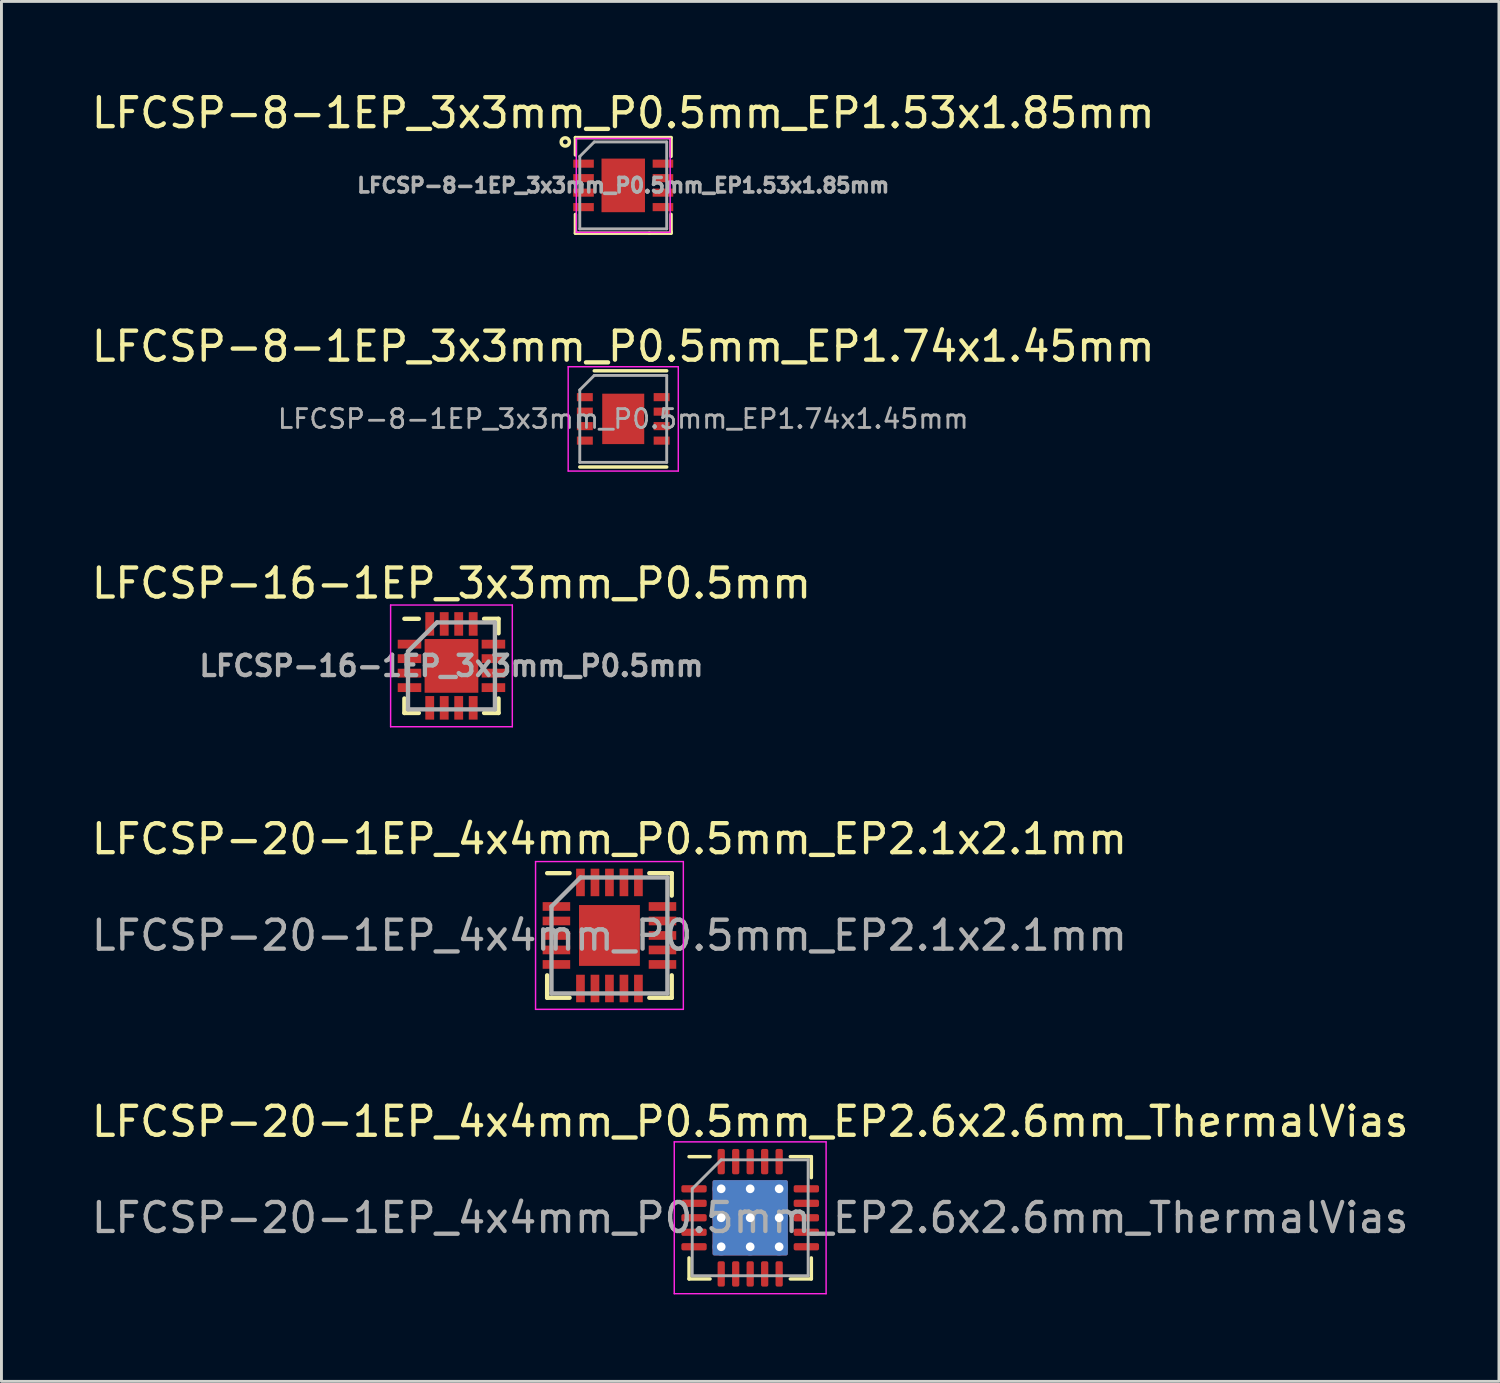
<source format=kicad_pcb>
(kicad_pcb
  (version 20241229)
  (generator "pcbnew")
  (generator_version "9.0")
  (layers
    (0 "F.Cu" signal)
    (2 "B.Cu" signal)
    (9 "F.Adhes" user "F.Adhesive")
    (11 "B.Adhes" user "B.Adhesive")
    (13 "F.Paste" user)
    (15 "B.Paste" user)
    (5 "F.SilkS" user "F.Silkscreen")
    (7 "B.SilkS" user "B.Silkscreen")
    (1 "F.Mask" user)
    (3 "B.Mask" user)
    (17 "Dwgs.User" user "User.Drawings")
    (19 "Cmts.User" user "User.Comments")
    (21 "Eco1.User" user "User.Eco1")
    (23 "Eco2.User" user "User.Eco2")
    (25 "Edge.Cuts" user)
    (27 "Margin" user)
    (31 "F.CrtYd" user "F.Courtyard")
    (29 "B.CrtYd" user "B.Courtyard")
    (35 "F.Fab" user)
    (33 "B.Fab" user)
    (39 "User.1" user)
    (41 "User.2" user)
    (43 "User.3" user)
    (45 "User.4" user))
  (footprint "LFCSP-16-1EP_3x3mm_P0.5mm"
    (layer "F.Cu")
    (at 12.53 19.93)
    (property "Reference" "LFCSP-16-1EP_3x3mm_P0.5mm" (at 0 -2.85 0) (layer "F.SilkS") (effects (font (size 1 1) (thickness 0.15))))
    (attr smd)
    (fp_line (start -1.625 -1.625) (end -1.125 -1.625) (stroke (width 0.15) (type solid)) (layer "F.SilkS"))
    (fp_line (start -1.625 1.625) (end -1.625 1.125) (stroke (width 0.15) (type solid)) (layer "F.SilkS"))
    (fp_line (start -1.625 1.625) (end -1.125 1.625) (stroke (width 0.15) (type solid)) (layer "F.SilkS"))
    (fp_line (start 1.625 -1.625) (end 1.125 -1.625) (stroke (width 0.15) (type solid)) (layer "F.SilkS"))
    (fp_line (start 1.625 -1.625) (end 1.625 -1.125) (stroke (width 0.15) (type solid)) (layer "F.SilkS"))
    (fp_line (start 1.625 1.625) (end 1.125 1.625) (stroke (width 0.15) (type solid)) (layer "F.SilkS"))
    (fp_line (start 1.625 1.625) (end 1.625 1.125) (stroke (width 0.15) (type solid)) (layer "F.SilkS"))
    (fp_line (start -2.1 -2.1) (end -2.1 2.1) (stroke (width 0.05) (type solid)) (layer "F.CrtYd"))
    (fp_line (start -2.1 -2.1) (end 2.1 -2.1) (stroke (width 0.05) (type solid)) (layer "F.CrtYd"))
    (fp_line (start -2.1 2.1) (end 2.1 2.1) (stroke (width 0.05) (type solid)) (layer "F.CrtYd"))
    (fp_line (start 2.1 -2.1) (end 2.1 2.1) (stroke (width 0.05) (type solid)) (layer "F.CrtYd"))
    (fp_line (start -1.5 -0.5) (end -0.5 -1.5) (stroke (width 0.15) (type solid)) (layer "F.Fab"))
    (fp_line (start -1.5 1.5) (end -1.5 -0.5) (stroke (width 0.15) (type solid)) (layer "F.Fab"))
    (fp_line (start -0.5 -1.5) (end 1.5 -1.5) (stroke (width 0.15) (type solid)) (layer "F.Fab"))
    (fp_line (start 1.5 -1.5) (end 1.5 1.5) (stroke (width 0.15) (type solid)) (layer "F.Fab"))
    (fp_line (start 1.5 1.5) (end -1.5 1.5) (stroke (width 0.15) (type solid)) (layer "F.Fab"))
    (fp_text user "${REFERENCE}" (at 0 0 0) (layer "F.Fab") (effects (font (size 0.7 0.7) (thickness 0.15))))
    (pad "" smd rect (at -0.45 -0.45) (size 0.7 0.7) (layers "F.Paste"))
    (pad "" smd rect (at -0.45 0.45) (size 0.7 0.7) (layers "F.Paste"))
    (pad "" smd rect (at 0.45 -0.45) (size 0.7 0.7) (layers "F.Paste"))
    (pad "" smd rect (at 0.45 0.45) (size 0.7 0.7) (layers "F.Paste"))
    (pad "1" smd rect (at -1.448 -0.75) (size 0.813 0.305) (layers "F.Cu" "F.Mask" "F.Paste"))
    (pad "2" smd rect (at -1.448 -0.25) (size 0.813 0.305) (layers "F.Cu" "F.Mask" "F.Paste"))
    (pad "3" smd rect (at -1.448 0.25) (size 0.813 0.305) (layers "F.Cu" "F.Mask" "F.Paste"))
    (pad "4" smd rect (at -1.448 0.75) (size 0.813 0.305) (layers "F.Cu" "F.Mask" "F.Paste"))
    (pad "5" smd rect (at -0.75 1.448) (size 0.305 0.813) (layers "F.Cu" "F.Mask" "F.Paste"))
    (pad "6" smd rect (at -0.25 1.448) (size 0.305 0.813) (layers "F.Cu" "F.Mask" "F.Paste"))
    (pad "7" smd rect (at 0.25 1.448) (size 0.305 0.813) (layers "F.Cu" "F.Mask" "F.Paste"))
    (pad "8" smd rect (at 0.75 1.448) (size 0.305 0.813) (layers "F.Cu" "F.Mask" "F.Paste"))
    (pad "9" smd rect (at 1.448 0.75) (size 0.813 0.305) (layers "F.Cu" "F.Mask" "F.Paste"))
    (pad "10" smd rect (at 1.448 0.25) (size 0.813 0.305) (layers "F.Cu" "F.Mask" "F.Paste"))
    (pad "11" smd rect (at 1.448 -0.25) (size 0.813 0.305) (layers "F.Cu" "F.Mask" "F.Paste"))
    (pad "12" smd rect (at 1.448 -0.75) (size 0.813 0.305) (layers "F.Cu" "F.Mask" "F.Paste"))
    (pad "13" smd rect (at 0.75 -1.448) (size 0.305 0.813) (layers "F.Cu" "F.Mask" "F.Paste"))
    (pad "14" smd rect (at 0.25 -1.448) (size 0.305 0.813) (layers "F.Cu" "F.Mask" "F.Paste"))
    (pad "15" smd rect (at -0.25 -1.448) (size 0.305 0.813) (layers "F.Cu" "F.Mask" "F.Paste"))
    (pad "16" smd rect (at -0.75 -1.448) (size 0.305 0.813) (layers "F.Cu" "F.Mask" "F.Paste"))
    (pad "17" smd rect (at 0 0) (size 1.854 1.854) (layers "F.Cu" "F.Mask")))
  (footprint "LFCSP-20-1EP_4x4mm_P0.5mm_EP2.1x2.1mm"
    (layer "F.Cu")
    (at 17.982 29.233)
    (property "Reference" "LFCSP-20-1EP_4x4mm_P0.5mm_EP2.1x2.1mm" (at 0 -3.33 0) (layer "F.SilkS") (effects (font (size 1 1) (thickness 0.15))))
    (attr smd)
    (fp_line (start -2.15 -2.15) (end -1.375 -2.15) (stroke (width 0.15) (type solid)) (layer "F.SilkS"))
    (fp_line (start -2.15 2.15) (end -2.15 1.375) (stroke (width 0.15) (type solid)) (layer "F.SilkS"))
    (fp_line (start -2.15 2.15) (end -1.375 2.15) (stroke (width 0.15) (type solid)) (layer "F.SilkS"))
    (fp_line (start 2.15 -2.15) (end 1.375 -2.15) (stroke (width 0.15) (type solid)) (layer "F.SilkS"))
    (fp_line (start 2.15 -2.15) (end 2.15 -1.375) (stroke (width 0.15) (type solid)) (layer "F.SilkS"))
    (fp_line (start 2.15 2.15) (end 1.375 2.15) (stroke (width 0.15) (type solid)) (layer "F.SilkS"))
    (fp_line (start 2.15 2.15) (end 2.15 1.375) (stroke (width 0.15) (type solid)) (layer "F.SilkS"))
    (fp_line (start -2.55 -2.55) (end -2.55 2.55) (stroke (width 0.05) (type solid)) (layer "F.CrtYd"))
    (fp_line (start -2.55 -2.55) (end 2.55 -2.55) (stroke (width 0.05) (type solid)) (layer "F.CrtYd"))
    (fp_line (start -2.55 2.55) (end 2.55 2.55) (stroke (width 0.05) (type solid)) (layer "F.CrtYd"))
    (fp_line (start 2.55 -2.55) (end 2.55 2.55) (stroke (width 0.05) (type solid)) (layer "F.CrtYd"))
    (fp_line (start -2 -1) (end -1 -2) (stroke (width 0.15) (type solid)) (layer "F.Fab"))
    (fp_line (start -2 2) (end -2 -1) (stroke (width 0.15) (type solid)) (layer "F.Fab"))
    (fp_line (start -1 -2) (end 2 -2) (stroke (width 0.15) (type solid)) (layer "F.Fab"))
    (fp_line (start 2 -2) (end 2 2) (stroke (width 0.15) (type solid)) (layer "F.Fab"))
    (fp_line (start 2 2) (end -2 2) (stroke (width 0.15) (type solid)) (layer "F.Fab"))
    (fp_text user "${REFERENCE}" (at 0 0 0) (layer "F.Fab") (effects (font (size 1 1) (thickness 0.15))))
    (pad "" smd rect (at -0.525 -0.525) (size 0.86 0.86) (layers "F.Paste"))
    (pad "" smd rect (at -0.525 0.525) (size 0.86 0.86) (layers "F.Paste"))
    (pad "" smd rect (at 0.525 -0.525) (size 0.86 0.86) (layers "F.Paste"))
    (pad "" smd rect (at 0.525 0.525) (size 0.86 0.86) (layers "F.Paste"))
    (pad "1" smd rect (at -1.83 -1) (size 0.95 0.3) (layers "F.Cu" "F.Mask" "F.Paste"))
    (pad "2" smd rect (at -1.83 -0.5) (size 0.95 0.3) (layers "F.Cu" "F.Mask" "F.Paste"))
    (pad "3" smd rect (at -1.83 0) (size 0.95 0.3) (layers "F.Cu" "F.Mask" "F.Paste"))
    (pad "4" smd rect (at -1.83 0.5) (size 0.95 0.3) (layers "F.Cu" "F.Mask" "F.Paste"))
    (pad "5" smd rect (at -1.83 1) (size 0.95 0.3) (layers "F.Cu" "F.Mask" "F.Paste"))
    (pad "6" smd rect (at -1 1.83 90) (size 0.95 0.3) (layers "F.Cu" "F.Mask" "F.Paste"))
    (pad "7" smd rect (at -0.5 1.83 90) (size 0.95 0.3) (layers "F.Cu" "F.Mask" "F.Paste"))
    (pad "8" smd rect (at 0 1.83 90) (size 0.95 0.3) (layers "F.Cu" "F.Mask" "F.Paste"))
    (pad "9" smd rect (at 0.5 1.83 90) (size 0.95 0.3) (layers "F.Cu" "F.Mask" "F.Paste"))
    (pad "10" smd rect (at 1 1.83 90) (size 0.95 0.3) (layers "F.Cu" "F.Mask" "F.Paste"))
    (pad "11" smd rect (at 1.83 1) (size 0.95 0.3) (layers "F.Cu" "F.Mask" "F.Paste"))
    (pad "12" smd rect (at 1.83 0.5) (size 0.95 0.3) (layers "F.Cu" "F.Mask" "F.Paste"))
    (pad "13" smd rect (at 1.83 0) (size 0.95 0.3) (layers "F.Cu" "F.Mask" "F.Paste"))
    (pad "14" smd rect (at 1.83 -0.5) (size 0.95 0.3) (layers "F.Cu" "F.Mask" "F.Paste"))
    (pad "15" smd rect (at 1.83 -1) (size 0.95 0.3) (layers "F.Cu" "F.Mask" "F.Paste"))
    (pad "16" smd rect (at 1 -1.83 90) (size 0.95 0.3) (layers "F.Cu" "F.Mask" "F.Paste"))
    (pad "17" smd rect (at 0.5 -1.83 90) (size 0.95 0.3) (layers "F.Cu" "F.Mask" "F.Paste"))
    (pad "18" smd rect (at 0 -1.83 90) (size 0.95 0.3) (layers "F.Cu" "F.Mask" "F.Paste"))
    (pad "19" smd rect (at -0.5 -1.83 90) (size 0.95 0.3) (layers "F.Cu" "F.Mask" "F.Paste"))
    (pad "20" smd rect (at -1 -1.83 90) (size 0.95 0.3) (layers "F.Cu" "F.Mask" "F.Paste"))
    (pad "21" smd rect (at 0 0) (size 2.1 2.1) (layers "F.Cu" "F.Mask")))
  (footprint "LFCSP-20-1EP_4x4mm_P0.5mm_EP2.6x2.6mm_ThermalVias"
    (layer "F.Cu")
    (at 22.839 38.976)
    (property "Reference" "LFCSP-20-1EP_4x4mm_P0.5mm_EP2.6x2.6mm_ThermalVias" (at 0 -3.32 0) (layer "F.SilkS") (effects (font (size 1 1) (thickness 0.15))))
    (attr smd)
    (fp_line (start -2.11 2.11) (end -2.11 1.385) (stroke (width 0.12) (type solid)) (layer "F.SilkS"))
    (fp_line (start -1.385 -2.11) (end -2.11 -2.11) (stroke (width 0.12) (type solid)) (layer "F.SilkS"))
    (fp_line (start -1.385 2.11) (end -2.11 2.11) (stroke (width 0.12) (type solid)) (layer "F.SilkS"))
    (fp_line (start 1.385 -2.11) (end 2.11 -2.11) (stroke (width 0.12) (type solid)) (layer "F.SilkS"))
    (fp_line (start 1.385 2.11) (end 2.11 2.11) (stroke (width 0.12) (type solid)) (layer "F.SilkS"))
    (fp_line (start 2.11 -2.11) (end 2.11 -1.385) (stroke (width 0.12) (type solid)) (layer "F.SilkS"))
    (fp_line (start 2.11 2.11) (end 2.11 1.385) (stroke (width 0.12) (type solid)) (layer "F.SilkS"))
    (fp_line (start -2.62 -2.62) (end -2.62 2.62) (stroke (width 0.05) (type solid)) (layer "F.CrtYd"))
    (fp_line (start -2.62 2.62) (end 2.62 2.62) (stroke (width 0.05) (type solid)) (layer "F.CrtYd"))
    (fp_line (start 2.62 -2.62) (end -2.62 -2.62) (stroke (width 0.05) (type solid)) (layer "F.CrtYd"))
    (fp_line (start 2.62 2.62) (end 2.62 -2.62) (stroke (width 0.05) (type solid)) (layer "F.CrtYd"))
    (fp_line (start -2 -1) (end -1 -2) (stroke (width 0.1) (type solid)) (layer "F.Fab"))
    (fp_line (start -2 2) (end -2 -1) (stroke (width 0.1) (type solid)) (layer "F.Fab"))
    (fp_line (start -1 -2) (end 2 -2) (stroke (width 0.1) (type solid)) (layer "F.Fab"))
    (fp_line (start 2 -2) (end 2 2) (stroke (width 0.1) (type solid)) (layer "F.Fab"))
    (fp_line (start 2 2) (end -2 2) (stroke (width 0.1) (type solid)) (layer "F.Fab"))
    (fp_text user "${REFERENCE}" (at 0 0 0) (layer "F.Fab") (effects (font (size 1 1) (thickness 0.15))))
    (pad "" smd roundrect (at -0.65 -0.65) (size 1.09 1.09) (layers "F.Paste") (roundrect_rratio 0.229))
    (pad "" smd roundrect (at -0.65 0.65) (size 1.09 1.09) (layers "F.Paste") (roundrect_rratio 0.229))
    (pad "" smd roundrect (at 0.65 -0.65) (size 1.09 1.09) (layers "F.Paste") (roundrect_rratio 0.229))
    (pad "" smd roundrect (at 0.65 0.65) (size 1.09 1.09) (layers "F.Paste") (roundrect_rratio 0.229))
    (pad "1" smd roundrect (at -1.938 -1) (size 0.875 0.25) (layers "F.Cu" "F.Mask" "F.Paste") (roundrect_rratio 0.25))
    (pad "2" smd roundrect (at -1.938 -0.5) (size 0.875 0.25) (layers "F.Cu" "F.Mask" "F.Paste") (roundrect_rratio 0.25))
    (pad "3" smd roundrect (at -1.938 0) (size 0.875 0.25) (layers "F.Cu" "F.Mask" "F.Paste") (roundrect_rratio 0.25))
    (pad "4" smd roundrect (at -1.938 0.5) (size 0.875 0.25) (layers "F.Cu" "F.Mask" "F.Paste") (roundrect_rratio 0.25))
    (pad "5" smd roundrect (at -1.938 1) (size 0.875 0.25) (layers "F.Cu" "F.Mask" "F.Paste") (roundrect_rratio 0.25))
    (pad "6" smd roundrect (at -1 1.938) (size 0.25 0.875) (layers "F.Cu" "F.Mask" "F.Paste") (roundrect_rratio 0.25))
    (pad "7" smd roundrect (at -0.5 1.938) (size 0.25 0.875) (layers "F.Cu" "F.Mask" "F.Paste") (roundrect_rratio 0.25))
    (pad "8" smd roundrect (at 0 1.938) (size 0.25 0.875) (layers "F.Cu" "F.Mask" "F.Paste") (roundrect_rratio 0.25))
    (pad "9" smd roundrect (at 0.5 1.938) (size 0.25 0.875) (layers "F.Cu" "F.Mask" "F.Paste") (roundrect_rratio 0.25))
    (pad "10" smd roundrect (at 1 1.938) (size 0.25 0.875) (layers "F.Cu" "F.Mask" "F.Paste") (roundrect_rratio 0.25))
    (pad "11" smd roundrect (at 1.938 1) (size 0.875 0.25) (layers "F.Cu" "F.Mask" "F.Paste") (roundrect_rratio 0.25))
    (pad "12" smd roundrect (at 1.938 0.5) (size 0.875 0.25) (layers "F.Cu" "F.Mask" "F.Paste") (roundrect_rratio 0.25))
    (pad "13" smd roundrect (at 1.938 0) (size 0.875 0.25) (layers "F.Cu" "F.Mask" "F.Paste") (roundrect_rratio 0.25))
    (pad "14" smd roundrect (at 1.938 -0.5) (size 0.875 0.25) (layers "F.Cu" "F.Mask" "F.Paste") (roundrect_rratio 0.25))
    (pad "15" smd roundrect (at 1.938 -1) (size 0.875 0.25) (layers "F.Cu" "F.Mask" "F.Paste") (roundrect_rratio 0.25))
    (pad "16" smd roundrect (at 1 -1.938) (size 0.25 0.875) (layers "F.Cu" "F.Mask" "F.Paste") (roundrect_rratio 0.25))
    (pad "17" smd roundrect (at 0.5 -1.938) (size 0.25 0.875) (layers "F.Cu" "F.Mask" "F.Paste") (roundrect_rratio 0.25))
    (pad "18" smd roundrect (at 0 -1.938) (size 0.25 0.875) (layers "F.Cu" "F.Mask" "F.Paste") (roundrect_rratio 0.25))
    (pad "19" smd roundrect (at -0.5 -1.938) (size 0.25 0.875) (layers "F.Cu" "F.Mask" "F.Paste") (roundrect_rratio 0.25))
    (pad "20" smd roundrect (at -1 -1.938) (size 0.25 0.875) (layers "F.Cu" "F.Mask" "F.Paste") (roundrect_rratio 0.25))
    (pad "21" thru_hole circle (at -1 -1) (size 0.6 0.6) (drill 0.3) (layers "*.Cu"))
    (pad "21" thru_hole circle (at -1 0) (size 0.6 0.6) (drill 0.3) (layers "*.Cu"))
    (pad "21" thru_hole circle (at -1 1) (size 0.6 0.6) (drill 0.3) (layers "*.Cu"))
    (pad "21" thru_hole circle (at 0 -1) (size 0.6 0.6) (drill 0.3) (layers "*.Cu"))
    (pad "21" thru_hole circle (at 0 0) (size 0.6 0.6) (drill 0.3) (layers "*.Cu"))
    (pad "21" smd roundrect (at 0 0) (size 2.6 2.6) (layers "F.Cu" "F.Mask") (roundrect_rratio 0.024))
    (pad "21" smd roundrect (at 0 0) (size 2.6 2.6) (layers "B.Cu") (roundrect_rratio 0.024))
    (pad "21" thru_hole circle (at 0 1) (size 0.6 0.6) (drill 0.3) (layers "*.Cu"))
    (pad "21" thru_hole circle (at 1 -1) (size 0.6 0.6) (drill 0.3) (layers "*.Cu"))
    (pad "21" thru_hole circle (at 1 0) (size 0.6 0.6) (drill 0.3) (layers "*.Cu"))
    (pad "21" thru_hole circle (at 1 1) (size 0.6 0.6) (drill 0.3) (layers "*.Cu")))
  (footprint "LFCSP-8-1EP_3x3mm_P0.5mm_EP1.74x1.45mm"
    (layer "F.Cu")
    (at 18.458 11.406)
    (property "Reference" "LFCSP-8-1EP_3x3mm_P0.5mm_EP1.74x1.45mm" (at 0 -2.5 0) (layer "F.SilkS") (effects (font (size 1 1) (thickness 0.15))))
    (attr smd)
    (fp_line (start -1 -1.66) (end 1.5 -1.66) (stroke (width 0.12) (type solid)) (layer "F.SilkS"))
    (fp_line (start 1.5 1.66) (end -1.5 1.66) (stroke (width 0.12) (type solid)) (layer "F.SilkS"))
    (fp_line (start -1.9 -1.8) (end 1.9 -1.8) (stroke (width 0.05) (type solid)) (layer "F.CrtYd"))
    (fp_line (start -1.9 1.8) (end -1.9 -1.8) (stroke (width 0.05) (type solid)) (layer "F.CrtYd"))
    (fp_line (start 1.9 -1.8) (end 1.9 1.8) (stroke (width 0.05) (type solid)) (layer "F.CrtYd"))
    (fp_line (start 1.9 1.8) (end -1.9 1.8) (stroke (width 0.05) (type solid)) (layer "F.CrtYd"))
    (fp_line (start -1.5 -1) (end -1.5 1.5) (stroke (width 0.1) (type solid)) (layer "F.Fab"))
    (fp_line (start -1 -1.5) (end -1.5 -1) (stroke (width 0.1) (type solid)) (layer "F.Fab"))
    (fp_line (start -1 -1.5) (end 1.5 -1.5) (stroke (width 0.1) (type solid)) (layer "F.Fab"))
    (fp_line (start 1.5 1.5) (end -1.5 1.5) (stroke (width 0.1) (type solid)) (layer "F.Fab"))
    (fp_line (start 1.5 1.5) (end 1.5 -1.5) (stroke (width 0.1) (type solid)) (layer "F.Fab"))
    (fp_text user "${REFERENCE}" (at 0 0 180) (layer "F.Fab") (effects (font (size 0.65 0.65) (thickness 0.098))))
    (pad "1" smd rect (at -1.325 -0.75) (size 0.55 0.28) (layers "F.Cu" "F.Mask" "F.Paste"))
    (pad "2" smd rect (at -1.325 -0.25) (size 0.55 0.28) (layers "F.Cu" "F.Mask" "F.Paste"))
    (pad "3" smd rect (at -1.325 0.25) (size 0.55 0.28) (layers "F.Cu" "F.Mask" "F.Paste"))
    (pad "4" smd rect (at -1.325 0.75) (size 0.55 0.28) (layers "F.Cu" "F.Mask" "F.Paste"))
    (pad "5" smd rect (at 1.325 0.75) (size 0.55 0.28) (layers "F.Cu" "F.Mask" "F.Paste"))
    (pad "6" smd rect (at 1.325 0.25) (size 0.55 0.28) (layers "F.Cu" "F.Mask" "F.Paste"))
    (pad "7" smd rect (at 1.325 -0.25) (size 0.55 0.28) (layers "F.Cu" "F.Mask" "F.Paste"))
    (pad "8" smd rect (at 1.325 -0.75) (size 0.55 0.28) (layers "F.Cu" "F.Mask" "F.Paste"))
    (pad "9" smd rect (at 0 0) (size 1.45 1.74) (layers "F.Cu" "F.Mask" "F.Paste")))
  (footprint "LFCSP-8-1EP_3x3mm_P0.5mm_EP1.53x1.85mm"
    (layer "F.Cu")
    (at 18.458 3.348)
    (property "Reference" "LFCSP-8-1EP_3x3mm_P0.5mm_EP1.53x1.85mm" (at 0 -2.5 0) (layer "F.SilkS") (effects (font (size 1 1) (thickness 0.15))))
    (attr smd)
    (fp_line (start -1.65 -1.05) (end -1.65 -1.65) (stroke (width 0.12) (type solid)) (layer "F.SilkS"))
    (fp_line (start -1.65 1.65) (end -1.65 1) (stroke (width 0.12) (type solid)) (layer "F.SilkS"))
    (fp_line (start 0.9 1.65) (end -1.65 1.65) (stroke (width 0.12) (type solid)) (layer "F.SilkS"))
    (fp_line (start 1.65 -1.65) (end -1.65 -1.65) (stroke (width 0.12) (type solid)) (layer "F.SilkS"))
    (fp_line (start 1.65 -1.65) (end 1.65 -1) (stroke (width 0.12) (type solid)) (layer "F.SilkS"))
    (fp_line (start 1.65 1) (end 1.65 1.6) (stroke (width 0.12) (type solid)) (layer "F.SilkS"))
    (fp_line (start 1.65 1.6) (end 1.65 1.65) (stroke (width 0.12) (type solid)) (layer "F.SilkS"))
    (fp_line (start 1.65 1.65) (end 0.9 1.65) (stroke (width 0.12) (type solid)) (layer "F.SilkS"))
    (fp_circle (center -2 -1.5) (end -1.9 -1.4) (stroke (width 0.12) (type solid)) (fill no) (layer "F.SilkS"))
    (fp_line (start -1.62 -1.62) (end 1.62 -1.62) (stroke (width 0.05) (type solid)) (layer "F.CrtYd"))
    (fp_line (start -1.62 1.62) (end -1.62 -1.62) (stroke (width 0.05) (type solid)) (layer "F.CrtYd"))
    (fp_line (start 1.62 -1.62) (end 1.62 1.62) (stroke (width 0.05) (type solid)) (layer "F.CrtYd"))
    (fp_line (start 1.62 1.62) (end -1.62 1.62) (stroke (width 0.05) (type solid)) (layer "F.CrtYd"))
    (fp_line (start -1.5 -1) (end -1.5 1.5) (stroke (width 0.1) (type solid)) (layer "F.Fab"))
    (fp_line (start -1 -1.5) (end -1.5 -1) (stroke (width 0.1) (type solid)) (layer "F.Fab"))
    (fp_line (start -1 -1.5) (end 1.5 -1.5) (stroke (width 0.1) (type solid)) (layer "F.Fab"))
    (fp_line (start 1.5 1.5) (end -1.5 1.5) (stroke (width 0.1) (type solid)) (layer "F.Fab"))
    (fp_line (start 1.5 1.5) (end 1.5 -1.5) (stroke (width 0.1) (type solid)) (layer "F.Fab"))
    (fp_text user "${REFERENCE}" (at 0 0 180) (layer "F.Fab") (effects (font (size 0.5 0.5) (thickness 0.125))))
    (pad "" smd rect (at 0 0) (size 1.2 1.55) (layers "F.Paste"))
    (pad "1" smd rect (at -1.37 -0.75) (size 0.71 0.28) (layers "F.Cu" "F.Mask" "F.Paste"))
    (pad "2" smd rect (at -1.37 -0.25) (size 0.71 0.28) (layers "F.Cu" "F.Mask" "F.Paste"))
    (pad "3" smd rect (at -1.37 0.25) (size 0.71 0.28) (layers "F.Cu" "F.Mask" "F.Paste"))
    (pad "4" smd rect (at -1.37 0.75) (size 0.71 0.28) (layers "F.Cu" "F.Mask" "F.Paste"))
    (pad "5" smd rect (at 1.37 0.75) (size 0.71 0.28) (layers "F.Cu" "F.Mask" "F.Paste"))
    (pad "6" smd rect (at 1.37 0.25) (size 0.71 0.28) (layers "F.Cu" "F.Mask" "F.Paste"))
    (pad "7" smd rect (at 1.37 -0.25) (size 0.71 0.28) (layers "F.Cu" "F.Mask" "F.Paste"))
    (pad "8" smd rect (at 1.37 -0.75) (size 0.71 0.28) (layers "F.Cu" "F.Mask" "F.Paste"))
    (pad "9" smd rect (at 0 0) (size 1.5 1.85) (layers "F.Cu" "F.Mask")))
  (gr_rect
    (start -3 -3)
    (end 48.679 44.621)
    (stroke (width 0.1) (type default))
    (fill no)
    (layer "Edge.Cuts")))
</source>
